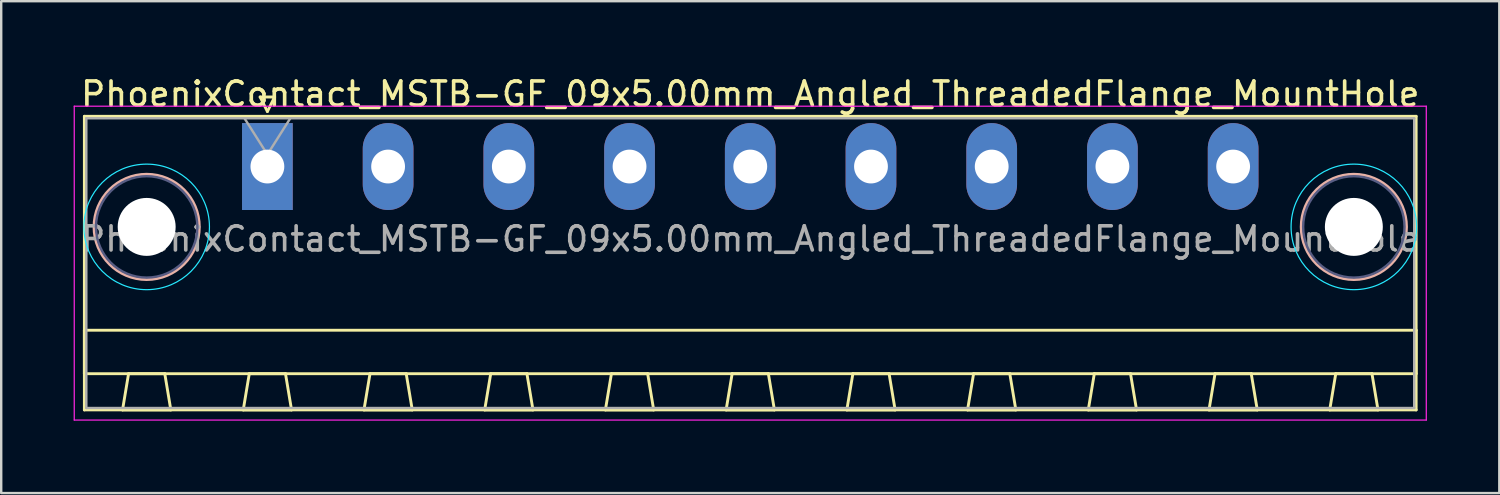
<source format=kicad_pcb>
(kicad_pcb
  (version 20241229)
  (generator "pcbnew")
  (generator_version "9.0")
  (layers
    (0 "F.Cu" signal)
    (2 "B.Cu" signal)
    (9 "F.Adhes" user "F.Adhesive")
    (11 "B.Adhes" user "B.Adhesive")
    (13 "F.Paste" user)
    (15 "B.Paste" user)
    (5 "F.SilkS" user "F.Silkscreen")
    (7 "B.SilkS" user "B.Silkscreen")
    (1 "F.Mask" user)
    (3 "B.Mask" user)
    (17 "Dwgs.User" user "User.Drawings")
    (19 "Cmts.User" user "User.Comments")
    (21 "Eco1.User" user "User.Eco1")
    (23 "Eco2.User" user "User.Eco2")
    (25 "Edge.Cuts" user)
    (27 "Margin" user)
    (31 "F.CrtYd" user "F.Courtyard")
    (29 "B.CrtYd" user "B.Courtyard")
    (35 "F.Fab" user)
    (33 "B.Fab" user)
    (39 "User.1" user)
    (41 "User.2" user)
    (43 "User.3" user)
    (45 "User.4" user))
  (footprint "PhoenixContact_MSTB-GF_09x5.00mm_Angled_ThreadedFlange_MountHole"
    (layer "F.Cu")
    (at 8.025 3.848)
    (property "Reference" "PhoenixContact_MSTB-GF_09x5.00mm_Angled_ThreadedFlange_MountHole" (at 20 -3 0) (layer "F.SilkS") (effects (font (size 1 1) (thickness 0.15))))
    (attr through_hole)
    (fp_line (start -7.58 -2.08) (end -7.58 10.08) (stroke (width 0.12) (type solid)) (layer "F.SilkS"))
    (fp_line (start -7.58 6.78) (end 47.58 6.78) (stroke (width 0.12) (type solid)) (layer "F.SilkS"))
    (fp_line (start -7.58 8.58) (end -7.58 6.78) (stroke (width 0.12) (type solid)) (layer "F.SilkS"))
    (fp_line (start -7.58 10.08) (end 47.58 10.08) (stroke (width 0.12) (type solid)) (layer "F.SilkS"))
    (fp_line (start -6 10.08) (end -4 10.08) (stroke (width 0.12) (type solid)) (layer "F.SilkS"))
    (fp_line (start -5.75 8.58) (end -6 10.08) (stroke (width 0.12) (type solid)) (layer "F.SilkS"))
    (fp_line (start -4.25 8.58) (end -5.75 8.58) (stroke (width 0.12) (type solid)) (layer "F.SilkS"))
    (fp_line (start -4 10.08) (end -4.25 8.58) (stroke (width 0.12) (type solid)) (layer "F.SilkS"))
    (fp_line (start -1 10.08) (end 1 10.08) (stroke (width 0.12) (type solid)) (layer "F.SilkS"))
    (fp_line (start -0.75 8.58) (end -1 10.08) (stroke (width 0.12) (type solid)) (layer "F.SilkS"))
    (fp_line (start -0.3 -2.88) (end 0.3 -2.88) (stroke (width 0.12) (type solid)) (layer "F.SilkS"))
    (fp_line (start 0 -2.28) (end -0.3 -2.88) (stroke (width 0.12) (type solid)) (layer "F.SilkS"))
    (fp_line (start 0.3 -2.88) (end 0 -2.28) (stroke (width 0.12) (type solid)) (layer "F.SilkS"))
    (fp_line (start 0.75 8.58) (end -0.75 8.58) (stroke (width 0.12) (type solid)) (layer "F.SilkS"))
    (fp_line (start 1 10.08) (end 0.75 8.58) (stroke (width 0.12) (type solid)) (layer "F.SilkS"))
    (fp_line (start 4 10.08) (end 6 10.08) (stroke (width 0.12) (type solid)) (layer "F.SilkS"))
    (fp_line (start 4.25 8.58) (end 4 10.08) (stroke (width 0.12) (type solid)) (layer "F.SilkS"))
    (fp_line (start 5.75 8.58) (end 4.25 8.58) (stroke (width 0.12) (type solid)) (layer "F.SilkS"))
    (fp_line (start 6 10.08) (end 5.75 8.58) (stroke (width 0.12) (type solid)) (layer "F.SilkS"))
    (fp_line (start 9 10.08) (end 11 10.08) (stroke (width 0.12) (type solid)) (layer "F.SilkS"))
    (fp_line (start 9.25 8.58) (end 9 10.08) (stroke (width 0.12) (type solid)) (layer "F.SilkS"))
    (fp_line (start 10.75 8.58) (end 9.25 8.58) (stroke (width 0.12) (type solid)) (layer "F.SilkS"))
    (fp_line (start 11 10.08) (end 10.75 8.58) (stroke (width 0.12) (type solid)) (layer "F.SilkS"))
    (fp_line (start 14 10.08) (end 16 10.08) (stroke (width 0.12) (type solid)) (layer "F.SilkS"))
    (fp_line (start 14.25 8.58) (end 14 10.08) (stroke (width 0.12) (type solid)) (layer "F.SilkS"))
    (fp_line (start 15.75 8.58) (end 14.25 8.58) (stroke (width 0.12) (type solid)) (layer "F.SilkS"))
    (fp_line (start 16 10.08) (end 15.75 8.58) (stroke (width 0.12) (type solid)) (layer "F.SilkS"))
    (fp_line (start 19 10.08) (end 21 10.08) (stroke (width 0.12) (type solid)) (layer "F.SilkS"))
    (fp_line (start 19.25 8.58) (end 19 10.08) (stroke (width 0.12) (type solid)) (layer "F.SilkS"))
    (fp_line (start 20.75 8.58) (end 19.25 8.58) (stroke (width 0.12) (type solid)) (layer "F.SilkS"))
    (fp_line (start 21 10.08) (end 20.75 8.58) (stroke (width 0.12) (type solid)) (layer "F.SilkS"))
    (fp_line (start 24 10.08) (end 26 10.08) (stroke (width 0.12) (type solid)) (layer "F.SilkS"))
    (fp_line (start 24.25 8.58) (end 24 10.08) (stroke (width 0.12) (type solid)) (layer "F.SilkS"))
    (fp_line (start 25.75 8.58) (end 24.25 8.58) (stroke (width 0.12) (type solid)) (layer "F.SilkS"))
    (fp_line (start 26 10.08) (end 25.75 8.58) (stroke (width 0.12) (type solid)) (layer "F.SilkS"))
    (fp_line (start 29 10.08) (end 31 10.08) (stroke (width 0.12) (type solid)) (layer "F.SilkS"))
    (fp_line (start 29.25 8.58) (end 29 10.08) (stroke (width 0.12) (type solid)) (layer "F.SilkS"))
    (fp_line (start 30.75 8.58) (end 29.25 8.58) (stroke (width 0.12) (type solid)) (layer "F.SilkS"))
    (fp_line (start 31 10.08) (end 30.75 8.58) (stroke (width 0.12) (type solid)) (layer "F.SilkS"))
    (fp_line (start 34 10.08) (end 36 10.08) (stroke (width 0.12) (type solid)) (layer "F.SilkS"))
    (fp_line (start 34.25 8.58) (end 34 10.08) (stroke (width 0.12) (type solid)) (layer "F.SilkS"))
    (fp_line (start 35.75 8.58) (end 34.25 8.58) (stroke (width 0.12) (type solid)) (layer "F.SilkS"))
    (fp_line (start 36 10.08) (end 35.75 8.58) (stroke (width 0.12) (type solid)) (layer "F.SilkS"))
    (fp_line (start 39 10.08) (end 41 10.08) (stroke (width 0.12) (type solid)) (layer "F.SilkS"))
    (fp_line (start 39.25 8.58) (end 39 10.08) (stroke (width 0.12) (type solid)) (layer "F.SilkS"))
    (fp_line (start 40.75 8.58) (end 39.25 8.58) (stroke (width 0.12) (type solid)) (layer "F.SilkS"))
    (fp_line (start 41 10.08) (end 40.75 8.58) (stroke (width 0.12) (type solid)) (layer "F.SilkS"))
    (fp_line (start 44 10.08) (end 46 10.08) (stroke (width 0.12) (type solid)) (layer "F.SilkS"))
    (fp_line (start 44.25 8.58) (end 44 10.08) (stroke (width 0.12) (type solid)) (layer "F.SilkS"))
    (fp_line (start 45.75 8.58) (end 44.25 8.58) (stroke (width 0.12) (type solid)) (layer "F.SilkS"))
    (fp_line (start 46 10.08) (end 45.75 8.58) (stroke (width 0.12) (type solid)) (layer "F.SilkS"))
    (fp_line (start 47.58 -2.08) (end -7.58 -2.08) (stroke (width 0.12) (type solid)) (layer "F.SilkS"))
    (fp_line (start 47.58 6.78) (end 47.58 8.58) (stroke (width 0.12) (type solid)) (layer "F.SilkS"))
    (fp_line (start 47.58 8.58) (end -7.58 8.58) (stroke (width 0.12) (type solid)) (layer "F.SilkS"))
    (fp_line (start 47.58 10.08) (end 47.58 -2.08) (stroke (width 0.12) (type solid)) (layer "F.SilkS"))
    (fp_circle (center -5 2.5) (end -2.82 2.5) (stroke (width 0.12) (type solid)) (fill no) (layer "B.SilkS"))
    (fp_circle (center 45 2.5) (end 47.18 2.5) (stroke (width 0.12) (type solid)) (fill no) (layer "B.SilkS"))
    (fp_circle (center -5 2.5) (end -2.4 2.5) (stroke (width 0.05) (type solid)) (fill no) (layer "B.CrtYd"))
    (fp_circle (center 45 2.5) (end 47.6 2.5) (stroke (width 0.05) (type solid)) (fill no) (layer "B.CrtYd"))
    (fp_line (start -8 -2.5) (end -8 10.5) (stroke (width 0.05) (type solid)) (layer "F.CrtYd"))
    (fp_line (start -8 10.5) (end 48 10.5) (stroke (width 0.05) (type solid)) (layer "F.CrtYd"))
    (fp_line (start 48 -2.5) (end -8 -2.5) (stroke (width 0.05) (type solid)) (layer "F.CrtYd"))
    (fp_line (start 48 10.5) (end 48 -2.5) (stroke (width 0.05) (type solid)) (layer "F.CrtYd"))
    (fp_circle (center -5 2.5) (end -2.9 2.5) (stroke (width 0.1) (type solid)) (fill no) (layer "B.Fab"))
    (fp_circle (center 45 2.5) (end 47.1 2.5) (stroke (width 0.1) (type solid)) (fill no) (layer "B.Fab"))
    (fp_line (start -7.5 -2) (end -7.5 10) (stroke (width 0.1) (type solid)) (layer "F.Fab"))
    (fp_line (start -7.5 10) (end 47.5 10) (stroke (width 0.1) (type solid)) (layer "F.Fab"))
    (fp_line (start 0 -0.5) (end -0.95 -2) (stroke (width 0.1) (type solid)) (layer "F.Fab"))
    (fp_line (start 0.95 -2) (end 0 -0.5) (stroke (width 0.1) (type solid)) (layer "F.Fab"))
    (fp_line (start 47.5 -2) (end -7.5 -2) (stroke (width 0.1) (type solid)) (layer "F.Fab"))
    (fp_line (start 47.5 10) (end 47.5 -2) (stroke (width 0.1) (type solid)) (layer "F.Fab"))
    (fp_text user "${REFERENCE}" (at 20 3 0) (layer "F.Fab") (effects (font (size 1 1) (thickness 0.15))))
    (pad "" np_thru_hole circle (at -5 2.5) (size 2.4 2.4) (drill 2.4) (layers "*.Cu" "*.Mask"))
    (pad "" np_thru_hole circle (at 45 2.5) (size 2.4 2.4) (drill 2.4) (layers "*.Cu" "*.Mask"))
    (pad "1" thru_hole rect (at 0 0) (size 2.1 3.6) (drill 1.4) (layers "*.Cu" "*.Mask"))
    (pad "2" thru_hole oval (at 5 0) (size 2.1 3.6) (drill 1.4) (layers "*.Cu" "*.Mask"))
    (pad "3" thru_hole oval (at 10 0) (size 2.1 3.6) (drill 1.4) (layers "*.Cu" "*.Mask"))
    (pad "4" thru_hole oval (at 15 0) (size 2.1 3.6) (drill 1.4) (layers "*.Cu" "*.Mask"))
    (pad "5" thru_hole oval (at 20 0) (size 2.1 3.6) (drill 1.4) (layers "*.Cu" "*.Mask"))
    (pad "6" thru_hole oval (at 25 0) (size 2.1 3.6) (drill 1.4) (layers "*.Cu" "*.Mask"))
    (pad "7" thru_hole oval (at 30 0) (size 2.1 3.6) (drill 1.4) (layers "*.Cu" "*.Mask"))
    (pad "8" thru_hole oval (at 35 0) (size 2.1 3.6) (drill 1.4) (layers "*.Cu" "*.Mask"))
    (pad "9" thru_hole oval (at 40 0) (size 2.1 3.6) (drill 1.4) (layers "*.Cu" "*.Mask")))
  (gr_rect
    (start -3 -3)
    (end 59.05 17.373)
    (stroke (width 0.1) (type default))
    (fill no)
    (layer "Edge.Cuts")))
</source>
